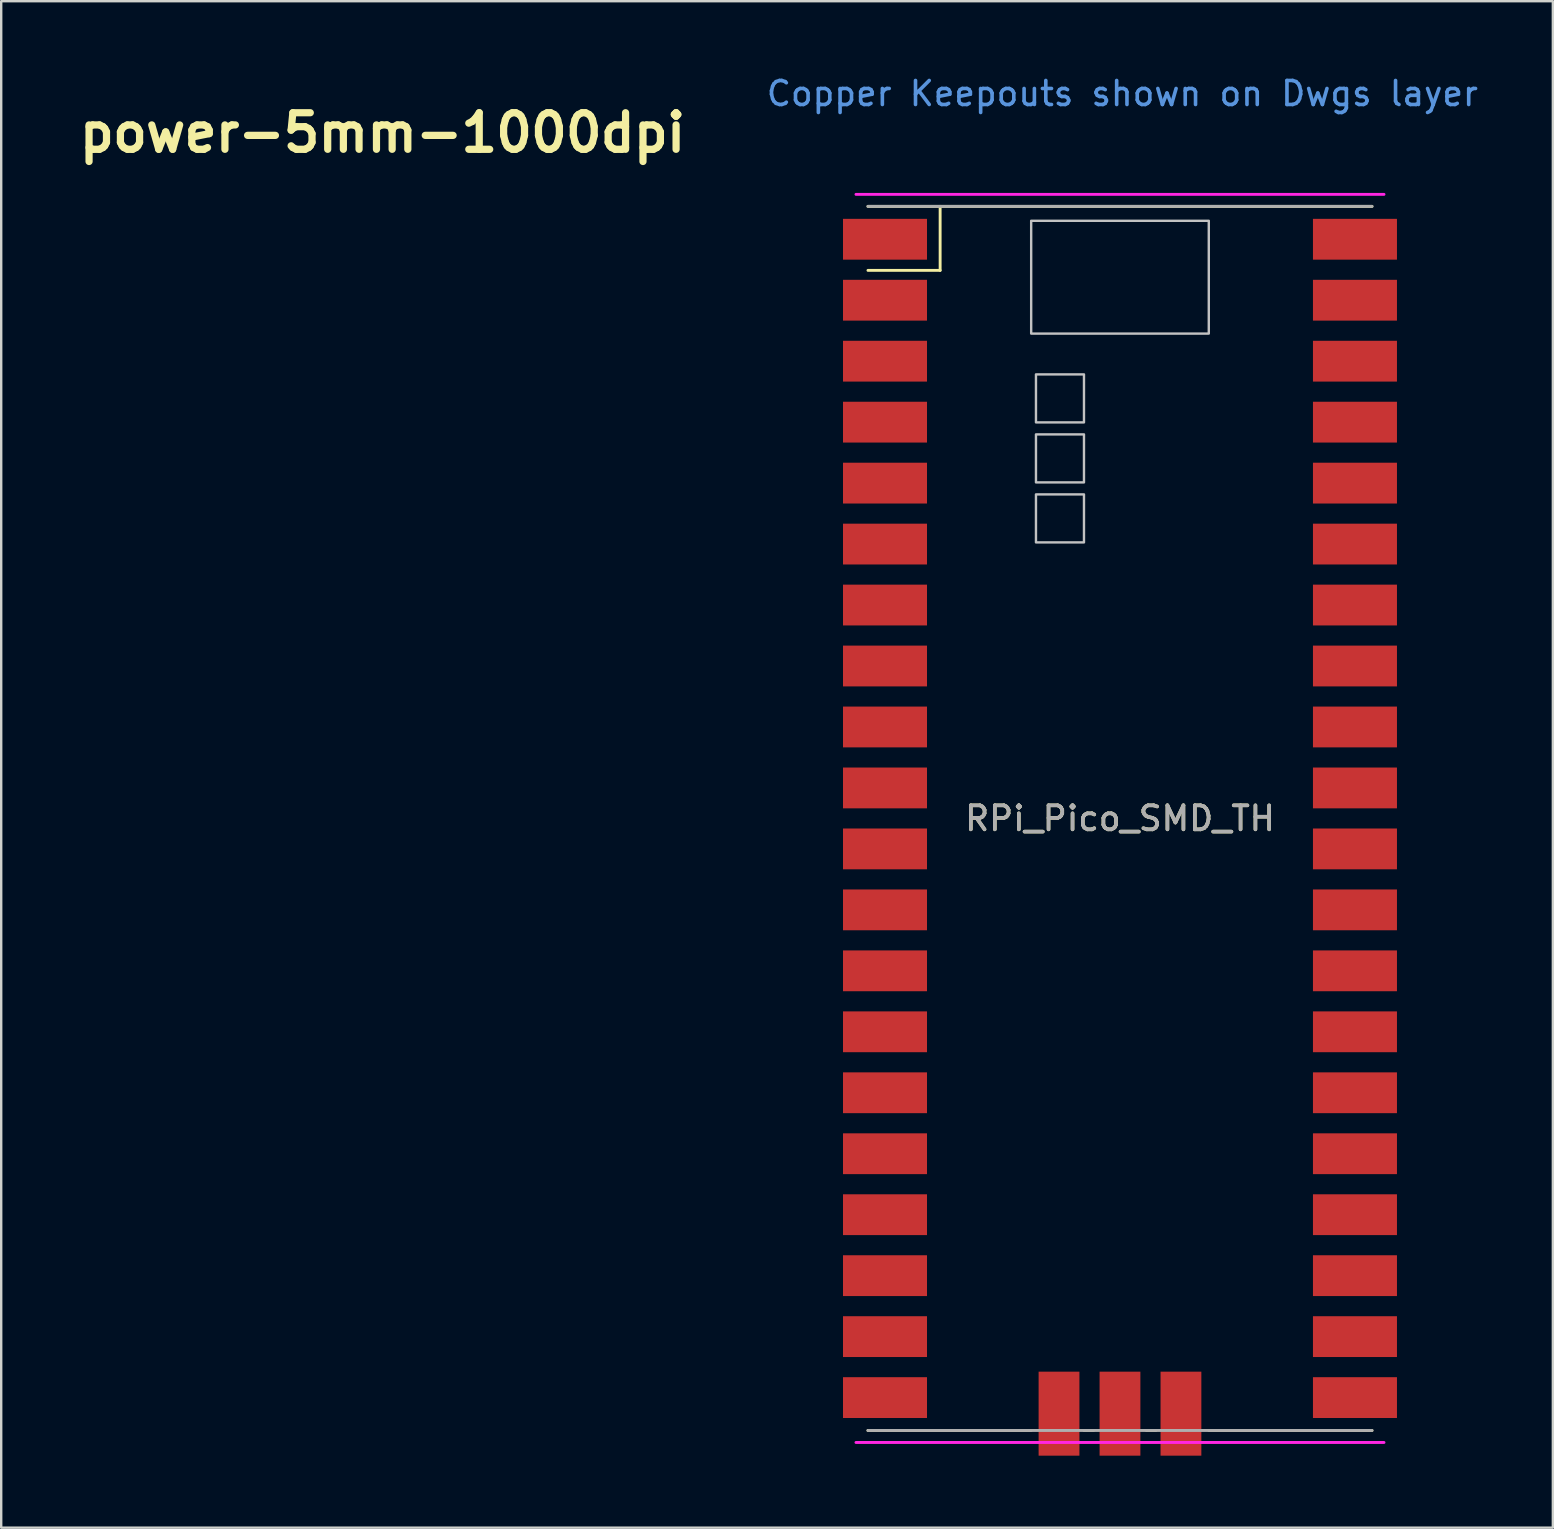
<source format=kicad_pcb>
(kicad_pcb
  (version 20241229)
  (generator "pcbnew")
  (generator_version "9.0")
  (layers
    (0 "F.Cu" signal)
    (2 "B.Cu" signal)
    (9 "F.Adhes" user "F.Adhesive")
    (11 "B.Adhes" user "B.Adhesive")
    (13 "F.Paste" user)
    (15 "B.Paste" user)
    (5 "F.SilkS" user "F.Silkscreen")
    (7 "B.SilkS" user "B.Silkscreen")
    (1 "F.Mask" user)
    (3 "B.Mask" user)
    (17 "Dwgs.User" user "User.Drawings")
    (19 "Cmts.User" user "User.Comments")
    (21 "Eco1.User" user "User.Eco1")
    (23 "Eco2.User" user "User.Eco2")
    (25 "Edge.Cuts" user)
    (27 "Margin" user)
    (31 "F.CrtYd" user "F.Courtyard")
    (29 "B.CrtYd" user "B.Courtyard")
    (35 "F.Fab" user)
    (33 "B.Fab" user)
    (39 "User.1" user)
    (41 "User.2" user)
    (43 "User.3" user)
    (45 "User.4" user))
  (footprint "RPi_Pico_SMD_TH"
    (layer "F.Cu")
    (at 43.612 31.048)
    (property "Reference" "RPi_Pico_SMD_TH" (at 0 0 180) (layer "F.SilkS") (effects (font (size 1 1) (thickness 0.15))))
    (attr through_hole)
    (fp_line (start -10.5 -25.5) (end 10.5 -25.5) (stroke (width 0.12) (type solid)) (layer "F.SilkS"))
    (fp_line (start -10.5 -22.833) (end -7.493 -22.833) (stroke (width 0.12) (type solid)) (layer "F.SilkS"))
    (fp_line (start -7.493 -22.833) (end -7.493 -25.5) (stroke (width 0.12) (type solid)) (layer "F.SilkS"))
    (fp_line (start -3.7 25.5) (end -10.5 25.5) (stroke (width 0.12) (type solid)) (layer "F.SilkS"))
    (fp_line (start -1.5 25.5) (end -1.1 25.5) (stroke (width 0.12) (type solid)) (layer "F.SilkS"))
    (fp_line (start 1.1 25.5) (end 1.5 25.5) (stroke (width 0.12) (type solid)) (layer "F.SilkS"))
    (fp_line (start 10.5 25.5) (end 3.7 25.5) (stroke (width 0.12) (type solid)) (layer "F.SilkS"))
    (fp_poly (pts (xy -1.5 -16.5) (xy -3.5 -16.5) (xy -3.5 -18.5) (xy -1.5 -18.5)) (stroke (width 0.1) (type solid)) (fill no) (layer "Dwgs.User"))
    (fp_poly (pts (xy -1.5 -14) (xy -3.5 -14) (xy -3.5 -16) (xy -1.5 -16)) (stroke (width 0.1) (type solid)) (fill no) (layer "Dwgs.User"))
    (fp_poly (pts (xy -1.5 -11.5) (xy -3.5 -11.5) (xy -3.5 -13.5) (xy -1.5 -13.5)) (stroke (width 0.1) (type solid)) (fill no) (layer "Dwgs.User"))
    (fp_poly (pts (xy 3.7 -20.2) (xy -3.7 -20.2) (xy -3.7 -24.9) (xy 3.7 -24.9)) (stroke (width 0.1) (type solid)) (fill no) (layer "Dwgs.User"))
    (fp_line (start -11 -26) (end 11 -26) (stroke (width 0.12) (type solid)) (layer "F.CrtYd"))
    (fp_line (start 11 26) (end -11 26) (stroke (width 0.12) (type solid)) (layer "F.CrtYd"))
    (fp_line (start -10.5 -25.5) (end 10.5 -25.5) (stroke (width 0.12) (type solid)) (layer "F.Fab"))
    (fp_line (start 10.5 25.5) (end -10.5 25.5) (stroke (width 0.12) (type solid)) (layer "F.Fab"))
    (fp_text user "Copper Keepouts shown on Dwgs layer" (at 0.1 -30.2 180) (layer "Cmts.User") (effects (font (size 1 1) (thickness 0.15))))
    (fp_text user "${REFERENCE}" (at 0 0 180) (layer "F.Fab") (effects (font (size 1 1) (thickness 0.15))))
    (pad "1" smd rect (at -8.89 -24.13) (size 3.5 1.7) (drill (offset -0.9 0)) (layers "F.Cu" "F.Mask"))
    (pad "2" smd rect (at -8.89 -21.59) (size 3.5 1.7) (drill (offset -0.9 0)) (layers "F.Cu" "F.Mask"))
    (pad "3" smd rect (at -8.89 -19.05) (size 3.5 1.7) (drill (offset -0.9 0)) (layers "F.Cu" "F.Mask"))
    (pad "4" smd rect (at -8.89 -16.51) (size 3.5 1.7) (drill (offset -0.9 0)) (layers "F.Cu" "F.Mask"))
    (pad "5" smd rect (at -8.89 -13.97) (size 3.5 1.7) (drill (offset -0.9 0)) (layers "F.Cu" "F.Mask"))
    (pad "6" smd rect (at -8.89 -11.43) (size 3.5 1.7) (drill (offset -0.9 0)) (layers "F.Cu" "F.Mask"))
    (pad "7" smd rect (at -8.89 -8.89) (size 3.5 1.7) (drill (offset -0.9 0)) (layers "F.Cu" "F.Mask"))
    (pad "8" smd rect (at -8.89 -6.35) (size 3.5 1.7) (drill (offset -0.9 0)) (layers "F.Cu" "F.Mask"))
    (pad "9" smd rect (at -8.89 -3.81) (size 3.5 1.7) (drill (offset -0.9 0)) (layers "F.Cu" "F.Mask"))
    (pad "10" smd rect (at -8.89 -1.27) (size 3.5 1.7) (drill (offset -0.9 0)) (layers "F.Cu" "F.Mask"))
    (pad "11" smd rect (at -8.89 1.27) (size 3.5 1.7) (drill (offset -0.9 0)) (layers "F.Cu" "F.Mask"))
    (pad "12" smd rect (at -8.89 3.81) (size 3.5 1.7) (drill (offset -0.9 0)) (layers "F.Cu" "F.Mask"))
    (pad "13" smd rect (at -8.89 6.35) (size 3.5 1.7) (drill (offset -0.9 0)) (layers "F.Cu" "F.Mask"))
    (pad "14" smd rect (at -8.89 8.89) (size 3.5 1.7) (drill (offset -0.9 0)) (layers "F.Cu" "F.Mask"))
    (pad "15" smd rect (at -8.89 11.43) (size 3.5 1.7) (drill (offset -0.9 0)) (layers "F.Cu" "F.Mask"))
    (pad "16" smd rect (at -8.89 13.97) (size 3.5 1.7) (drill (offset -0.9 0)) (layers "F.Cu" "F.Mask"))
    (pad "17" smd rect (at -8.89 16.51) (size 3.5 1.7) (drill (offset -0.9 0)) (layers "F.Cu" "F.Mask"))
    (pad "18" smd rect (at -8.89 19.05) (size 3.5 1.7) (drill (offset -0.9 0)) (layers "F.Cu" "F.Mask"))
    (pad "19" smd rect (at -8.89 21.59) (size 3.5 1.7) (drill (offset -0.9 0)) (layers "F.Cu" "F.Mask"))
    (pad "20" smd rect (at -8.89 24.13) (size 3.5 1.7) (drill (offset -0.9 0)) (layers "F.Cu" "F.Mask"))
    (pad "21" smd rect (at 8.89 24.13) (size 3.5 1.7) (drill (offset 0.9 0)) (layers "F.Cu" "F.Mask"))
    (pad "22" smd rect (at 8.89 21.59) (size 3.5 1.7) (drill (offset 0.9 0)) (layers "F.Cu" "F.Mask"))
    (pad "23" smd rect (at 8.89 19.05) (size 3.5 1.7) (drill (offset 0.9 0)) (layers "F.Cu" "F.Mask"))
    (pad "24" smd rect (at 8.89 16.51) (size 3.5 1.7) (drill (offset 0.9 0)) (layers "F.Cu" "F.Mask"))
    (pad "25" smd rect (at 8.89 13.97) (size 3.5 1.7) (drill (offset 0.9 0)) (layers "F.Cu" "F.Mask"))
    (pad "26" smd rect (at 8.89 11.43) (size 3.5 1.7) (drill (offset 0.9 0)) (layers "F.Cu" "F.Mask"))
    (pad "27" smd rect (at 8.89 8.89) (size 3.5 1.7) (drill (offset 0.9 0)) (layers "F.Cu" "F.Mask"))
    (pad "28" smd rect (at 8.89 6.35) (size 3.5 1.7) (drill (offset 0.9 0)) (layers "F.Cu" "F.Mask"))
    (pad "29" smd rect (at 8.89 3.81) (size 3.5 1.7) (drill (offset 0.9 0)) (layers "F.Cu" "F.Mask"))
    (pad "30" smd rect (at 8.89 1.27) (size 3.5 1.7) (drill (offset 0.9 0)) (layers "F.Cu" "F.Mask"))
    (pad "31" smd rect (at 8.89 -1.27) (size 3.5 1.7) (drill (offset 0.9 0)) (layers "F.Cu" "F.Mask"))
    (pad "32" smd rect (at 8.89 -3.81) (size 3.5 1.7) (drill (offset 0.9 0)) (layers "F.Cu" "F.Mask"))
    (pad "33" smd rect (at 8.89 -6.35) (size 3.5 1.7) (drill (offset 0.9 0)) (layers "F.Cu" "F.Mask"))
    (pad "34" smd rect (at 8.89 -8.89) (size 3.5 1.7) (drill (offset 0.9 0)) (layers "F.Cu" "F.Mask"))
    (pad "35" smd rect (at 8.89 -11.43) (size 3.5 1.7) (drill (offset 0.9 0)) (layers "F.Cu" "F.Mask"))
    (pad "36" smd rect (at 8.89 -13.97) (size 3.5 1.7) (drill (offset 0.9 0)) (layers "F.Cu" "F.Mask"))
    (pad "37" smd rect (at 8.89 -16.51) (size 3.5 1.7) (drill (offset 0.9 0)) (layers "F.Cu" "F.Mask"))
    (pad "38" smd rect (at 8.89 -19.05) (size 3.5 1.7) (drill (offset 0.9 0)) (layers "F.Cu" "F.Mask"))
    (pad "39" smd rect (at 8.89 -21.59) (size 3.5 1.7) (drill (offset 0.9 0)) (layers "F.Cu" "F.Mask"))
    (pad "40" smd rect (at 8.89 -24.13) (size 3.5 1.7) (drill (offset 0.9 0)) (layers "F.Cu" "F.Mask"))
    (pad "41" smd rect (at -2.54 23.9 90) (size 3.5 1.7) (drill (offset -0.9 0)) (layers "F.Cu" "F.Mask"))
    (pad "42" smd rect (at 0 23.9 90) (size 3.5 1.7) (drill (offset -0.9 0)) (layers "F.Cu" "F.Mask"))
    (pad "43" smd rect (at 2.54 23.9 90) (size 3.5 1.7) (drill (offset -0.9 0)) (layers "F.Cu" "F.Mask")))
  (footprint "power-5mm-1000dpi"
    (layer "F.Cu")
    (at 12.889 2.481)
    (property "Reference" "power-5mm-1000dpi" (at 0 0 0) (layer "F.SilkS") (effects (font (size 1.524 1.524) (thickness 0.3))))
    (attr board_only exclude_from_pos_files exclude_from_bom)
    (fp_poly (pts (xy 0.086 -2.479) (xy 0.197 -2.437) (xy 0.286 -2.358) (xy 0.304 -2.332) (xy 0.319 -2.306) (xy 0.33 -2.276) (xy 0.339 -2.237) (xy 0.345 -2.182) (xy 0.35 -2.107) (xy 0.353 -2.004) (xy 0.355 -1.868) (xy 0.355 -1.693) (xy 0.356 -1.474) (xy 0.356 -1.471) (xy 0.355 -1.251) (xy 0.355 -1.077) (xy 0.354 -0.942) (xy 0.351 -0.84) (xy 0.347 -0.765) (xy 0.34 -0.711) (xy 0.332 -0.673) (xy 0.32 -0.644) (xy 0.305 -0.619) (xy 0.298 -0.607) (xy 0.244 -0.543) (xy 0.186 -0.495) (xy 0.177 -0.49) (xy 0.083 -0.463) (xy -0.026 -0.462) (xy -0.126 -0.485) (xy -0.156 -0.5) (xy -0.216 -0.552) (xy -0.269 -0.619) (xy -0.27 -0.62) (xy -0.283 -0.646) (xy -0.294 -0.677) (xy -0.302 -0.72) (xy -0.308 -0.78) (xy -0.313 -0.863) (xy -0.315 -0.975) (xy -0.317 -1.122) (xy -0.317 -1.309) (xy -0.318 -1.474) (xy -0.317 -1.706) (xy -0.316 -1.892) (xy -0.313 -2.039) (xy -0.307 -2.152) (xy -0.297 -2.237) (xy -0.281 -2.299) (xy -0.26 -2.345) (xy -0.231 -2.379) (xy -0.195 -2.408) (xy -0.149 -2.437) (xy -0.145 -2.44) (xy -0.032 -2.481)) (stroke (width 0) (type solid)) (fill yes) (layer "F.Mask"))
    (fp_poly (pts (xy -1.17 -1.694) (xy -1.15 -1.685) (xy -1.052 -1.612) (xy -0.987 -1.507) (xy -0.965 -1.389) (xy -0.969 -1.326) (xy -0.983 -1.27) (xy -1.014 -1.212) (xy -1.066 -1.142) (xy -1.146 -1.051) (xy -1.206 -0.987) (xy -1.389 -0.758) (xy -1.524 -0.513) (xy -1.612 -0.252) (xy -1.652 0.029) (xy -1.655 0.14) (xy -1.636 0.427) (xy -1.576 0.687) (xy -1.472 0.926) (xy -1.323 1.15) (xy -1.169 1.323) (xy -0.946 1.518) (xy -0.712 1.664) (xy -0.461 1.763) (xy -0.192 1.815) (xy 0.099 1.823) (xy 0.112 1.822) (xy 0.398 1.783) (xy 0.666 1.699) (xy 0.91 1.573) (xy 1.128 1.409) (xy 1.316 1.211) (xy 1.471 0.981) (xy 1.587 0.724) (xy 1.663 0.443) (xy 1.676 0.36) (xy 1.688 0.084) (xy 1.652 -0.19) (xy 1.569 -0.456) (xy 1.44 -0.709) (xy 1.268 -0.945) (xy 1.22 -0.998) (xy 1.124 -1.103) (xy 1.06 -1.182) (xy 1.02 -1.245) (xy 0.999 -1.303) (xy 0.991 -1.364) (xy 0.991 -1.394) (xy 1.014 -1.501) (xy 1.078 -1.598) (xy 1.171 -1.672) (xy 1.245 -1.702) (xy 1.345 -1.712) (xy 1.446 -1.687) (xy 1.552 -1.621) (xy 1.671 -1.513) (xy 1.705 -1.478) (xy 1.923 -1.21) (xy 2.099 -0.918) (xy 2.232 -0.609) (xy 2.32 -0.286) (xy 2.362 0.044) (xy 2.358 0.378) (xy 2.306 0.709) (xy 2.256 0.889) (xy 2.129 1.201) (xy 1.957 1.493) (xy 1.745 1.758) (xy 1.673 1.832) (xy 1.409 2.059) (xy 1.125 2.239) (xy 0.82 2.373) (xy 0.495 2.461) (xy 0.15 2.502) (xy 0.102 2.503) (xy -0.108 2.505) (xy -0.286 2.494) (xy -0.394 2.479) (xy -0.735 2.388) (xy -1.052 2.253) (xy -1.342 2.078) (xy -1.602 1.864) (xy -1.829 1.614) (xy -2.021 1.33) (xy -2.175 1.015) (xy -2.253 0.795) (xy -2.279 0.706) (xy -2.297 0.628) (xy -2.309 0.55) (xy -2.317 0.46) (xy -2.32 0.345) (xy -2.321 0.194) (xy -2.321 0.152) (xy -2.321 -0.009) (xy -2.318 -0.131) (xy -2.312 -0.226) (xy -2.301 -0.306) (xy -2.284 -0.383) (xy -2.259 -0.468) (xy -2.253 -0.49) (xy -2.144 -0.787) (xy -2.01 -1.05) (xy -1.841 -1.293) (xy -1.679 -1.48) (xy -1.558 -1.6) (xy -1.453 -1.678) (xy -1.359 -1.718) (xy -1.267 -1.722)) (stroke (width 0) (type solid)) (fill yes) (layer "F.Mask")))
  (gr_rect
    (start -3 -3)
    (end 61.647 60.598)
    (stroke (width 0.1) (type default))
    (fill no)
    (layer "Edge.Cuts")))
</source>
